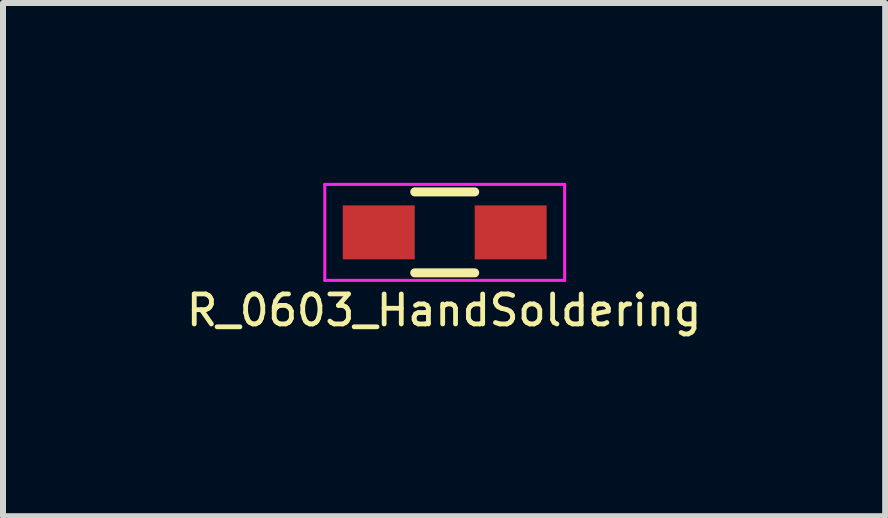
<source format=kicad_pcb>
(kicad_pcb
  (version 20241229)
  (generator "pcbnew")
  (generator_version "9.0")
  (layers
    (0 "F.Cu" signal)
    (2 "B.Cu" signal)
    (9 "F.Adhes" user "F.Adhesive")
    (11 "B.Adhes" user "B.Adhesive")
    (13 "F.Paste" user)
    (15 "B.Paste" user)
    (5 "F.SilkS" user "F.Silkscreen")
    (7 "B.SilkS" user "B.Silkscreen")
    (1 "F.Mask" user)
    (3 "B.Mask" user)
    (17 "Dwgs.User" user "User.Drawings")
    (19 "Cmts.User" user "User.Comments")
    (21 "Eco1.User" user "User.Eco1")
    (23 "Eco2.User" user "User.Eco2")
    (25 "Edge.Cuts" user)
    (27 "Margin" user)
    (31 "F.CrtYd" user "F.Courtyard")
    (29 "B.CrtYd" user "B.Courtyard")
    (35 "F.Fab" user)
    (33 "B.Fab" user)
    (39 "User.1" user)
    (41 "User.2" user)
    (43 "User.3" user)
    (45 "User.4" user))
  (footprint "R_0603_HandSoldering"
    (layer "F.Cu")
    (at 4.366 0.825)
    (property "Reference" "R_0603_HandSoldering" (at -0.01 1.3 0) (layer "F.SilkS") (effects (font (size 0.5 0.5) (thickness 0.08))))
    (attr smd)
    (fp_line (start -0.5 -0.675) (end 0.5 -0.675) (stroke (width 0.15) (type solid)) (layer "F.SilkS"))
    (fp_line (start 0.5 0.675) (end -0.5 0.675) (stroke (width 0.15) (type solid)) (layer "F.SilkS"))
    (fp_line (start -2 -0.8) (end -2 0.8) (stroke (width 0.05) (type solid)) (layer "F.CrtYd"))
    (fp_line (start -2 -0.8) (end 2 -0.8) (stroke (width 0.05) (type solid)) (layer "F.CrtYd"))
    (fp_line (start -2 0.8) (end 2 0.8) (stroke (width 0.05) (type solid)) (layer "F.CrtYd"))
    (fp_line (start 2 -0.8) (end 2 0.8) (stroke (width 0.05) (type solid)) (layer "F.CrtYd"))
    (pad "1" smd rect (at -1.1 0) (size 1.2 0.9) (layers "F.Cu" "F.Mask" "F.Paste"))
    (pad "2" smd rect (at 1.1 0) (size 1.2 0.9) (layers "F.Cu" "F.Mask" "F.Paste")))
  (gr_rect
    (start -3 -3)
    (end 11.711 5.558)
    (stroke (width 0.1) (type default))
    (fill no)
    (layer "Edge.Cuts")))
</source>
